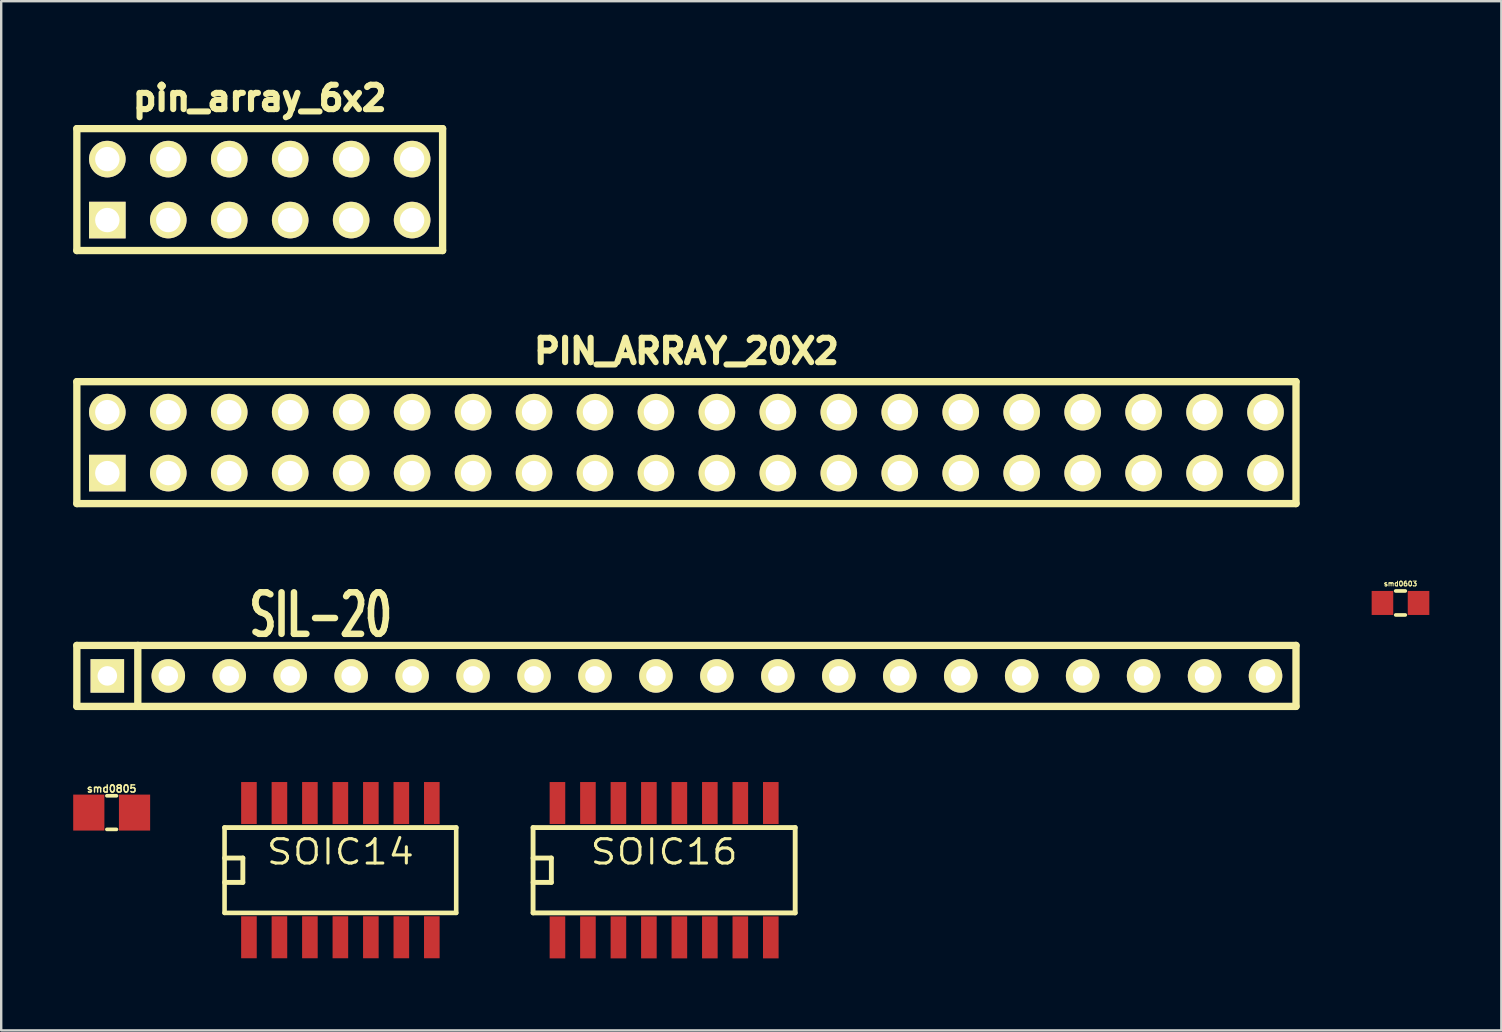
<source format=kicad_pcb>
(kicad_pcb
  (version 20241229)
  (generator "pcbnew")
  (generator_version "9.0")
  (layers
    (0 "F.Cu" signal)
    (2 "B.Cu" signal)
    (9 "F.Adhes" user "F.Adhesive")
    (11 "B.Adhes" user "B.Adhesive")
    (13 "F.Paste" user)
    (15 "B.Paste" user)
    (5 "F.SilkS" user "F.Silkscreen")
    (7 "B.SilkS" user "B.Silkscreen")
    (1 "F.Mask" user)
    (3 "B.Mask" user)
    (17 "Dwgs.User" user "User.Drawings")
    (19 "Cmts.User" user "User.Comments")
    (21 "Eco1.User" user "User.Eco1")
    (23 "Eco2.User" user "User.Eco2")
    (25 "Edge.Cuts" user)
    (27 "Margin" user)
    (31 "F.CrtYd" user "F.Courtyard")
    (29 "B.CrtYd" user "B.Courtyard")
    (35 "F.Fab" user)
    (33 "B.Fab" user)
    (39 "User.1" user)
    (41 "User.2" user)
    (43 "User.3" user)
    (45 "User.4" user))
  (footprint "PIN_ARRAY_20X2"
    (layer "F.Cu")
    (at 25.552 15.393)
    (property "Reference" "PIN_ARRAY_20X2" (at 0 -3.81 0) (layer "F.SilkS") (effects (font (size 1.016 1.016) (thickness 0.274))))
    (attr through_hole)
    (fp_line (start -25.4 -2.54) (end -25.4 2.54) (stroke (width 0.305) (type solid)) (layer "F.SilkS"))
    (fp_line (start 25.4 -2.54) (end -25.4 -2.54) (stroke (width 0.305) (type solid)) (layer "F.SilkS"))
    (fp_line (start 25.4 -2.54) (end 25.4 2.54) (stroke (width 0.305) (type solid)) (layer "F.SilkS"))
    (fp_line (start 25.4 2.54) (end -25.4 2.54) (stroke (width 0.305) (type solid)) (layer "F.SilkS"))
    (pad "1" thru_hole rect (at -24.13 1.27) (size 1.524 1.524) (drill 1.016) (layers "*.Cu" "*.Mask" "F.SilkS"))
    (pad "2" thru_hole circle (at -24.13 -1.27) (size 1.524 1.524) (drill 1.016) (layers "*.Cu" "*.Mask" "F.SilkS"))
    (pad "3" thru_hole circle (at -21.59 1.27) (size 1.524 1.524) (drill 1.016) (layers "*.Cu" "*.Mask" "F.SilkS"))
    (pad "4" thru_hole circle (at -21.59 -1.27) (size 1.524 1.524) (drill 1.016) (layers "*.Cu" "*.Mask" "F.SilkS"))
    (pad "5" thru_hole circle (at -19.05 1.27) (size 1.524 1.524) (drill 1.016) (layers "*.Cu" "*.Mask" "F.SilkS"))
    (pad "6" thru_hole circle (at -19.05 -1.27) (size 1.524 1.524) (drill 1.016) (layers "*.Cu" "*.Mask" "F.SilkS"))
    (pad "7" thru_hole circle (at -16.51 1.27) (size 1.524 1.524) (drill 1.016) (layers "*.Cu" "*.Mask" "F.SilkS"))
    (pad "8" thru_hole circle (at -16.51 -1.27) (size 1.524 1.524) (drill 1.016) (layers "*.Cu" "*.Mask" "F.SilkS"))
    (pad "9" thru_hole circle (at -13.97 1.27) (size 1.524 1.524) (drill 1.016) (layers "*.Cu" "*.Mask" "F.SilkS"))
    (pad "10" thru_hole circle (at -13.97 -1.27) (size 1.524 1.524) (drill 1.016) (layers "*.Cu" "*.Mask" "F.SilkS"))
    (pad "11" thru_hole circle (at -11.43 1.27) (size 1.524 1.524) (drill 1.016) (layers "*.Cu" "*.Mask" "F.SilkS"))
    (pad "12" thru_hole circle (at -11.43 -1.27) (size 1.524 1.524) (drill 1.016) (layers "*.Cu" "*.Mask" "F.SilkS"))
    (pad "13" thru_hole circle (at -8.89 1.27) (size 1.524 1.524) (drill 1.016) (layers "*.Cu" "*.Mask" "F.SilkS"))
    (pad "14" thru_hole circle (at -8.89 -1.27) (size 1.524 1.524) (drill 1.016) (layers "*.Cu" "*.Mask" "F.SilkS"))
    (pad "15" thru_hole circle (at -6.35 1.27) (size 1.524 1.524) (drill 1.016) (layers "*.Cu" "*.Mask" "F.SilkS"))
    (pad "16" thru_hole circle (at -6.35 -1.27) (size 1.524 1.524) (drill 1.016) (layers "*.Cu" "*.Mask" "F.SilkS"))
    (pad "17" thru_hole circle (at -3.81 1.27) (size 1.524 1.524) (drill 1.016) (layers "*.Cu" "*.Mask" "F.SilkS"))
    (pad "18" thru_hole circle (at -3.81 -1.27) (size 1.524 1.524) (drill 1.016) (layers "*.Cu" "*.Mask" "F.SilkS"))
    (pad "19" thru_hole circle (at -1.27 1.27) (size 1.524 1.524) (drill 1.016) (layers "*.Cu" "*.Mask" "F.SilkS"))
    (pad "20" thru_hole circle (at -1.27 -1.27) (size 1.524 1.524) (drill 1.016) (layers "*.Cu" "*.Mask" "F.SilkS"))
    (pad "21" thru_hole circle (at 1.27 1.27) (size 1.524 1.524) (drill 1.016) (layers "*.Cu" "*.Mask" "F.SilkS"))
    (pad "22" thru_hole circle (at 1.27 -1.27) (size 1.524 1.524) (drill 1.016) (layers "*.Cu" "*.Mask" "F.SilkS"))
    (pad "23" thru_hole circle (at 3.81 1.27) (size 1.524 1.524) (drill 1.016) (layers "*.Cu" "*.Mask" "F.SilkS"))
    (pad "24" thru_hole circle (at 3.81 -1.27) (size 1.524 1.524) (drill 1.016) (layers "*.Cu" "*.Mask" "F.SilkS"))
    (pad "25" thru_hole circle (at 6.35 1.27) (size 1.524 1.524) (drill 1.016) (layers "*.Cu" "*.Mask" "F.SilkS"))
    (pad "26" thru_hole circle (at 6.35 -1.27) (size 1.524 1.524) (drill 1.016) (layers "*.Cu" "*.Mask" "F.SilkS"))
    (pad "27" thru_hole circle (at 8.89 1.27) (size 1.524 1.524) (drill 1.016) (layers "*.Cu" "*.Mask" "F.SilkS"))
    (pad "28" thru_hole circle (at 8.89 -1.27) (size 1.524 1.524) (drill 1.016) (layers "*.Cu" "*.Mask" "F.SilkS"))
    (pad "29" thru_hole circle (at 11.43 1.27) (size 1.524 1.524) (drill 1.016) (layers "*.Cu" "*.Mask" "F.SilkS"))
    (pad "30" thru_hole circle (at 11.43 -1.27) (size 1.524 1.524) (drill 1.016) (layers "*.Cu" "*.Mask" "F.SilkS"))
    (pad "31" thru_hole circle (at 13.97 1.27) (size 1.524 1.524) (drill 1.016) (layers "*.Cu" "*.Mask" "F.SilkS"))
    (pad "32" thru_hole circle (at 13.97 -1.27) (size 1.524 1.524) (drill 1.016) (layers "*.Cu" "*.Mask" "F.SilkS"))
    (pad "33" thru_hole circle (at 16.51 1.27) (size 1.524 1.524) (drill 1.016) (layers "*.Cu" "*.Mask" "F.SilkS"))
    (pad "34" thru_hole circle (at 16.51 -1.27) (size 1.524 1.524) (drill 1.016) (layers "*.Cu" "*.Mask" "F.SilkS"))
    (pad "35" thru_hole circle (at 19.05 1.27) (size 1.524 1.524) (drill 1.016) (layers "*.Cu" "*.Mask" "F.SilkS"))
    (pad "36" thru_hole circle (at 19.05 -1.27) (size 1.524 1.524) (drill 1.016) (layers "*.Cu" "*.Mask" "F.SilkS"))
    (pad "37" thru_hole circle (at 21.59 1.27) (size 1.524 1.524) (drill 1.016) (layers "*.Cu" "*.Mask" "F.SilkS"))
    (pad "38" thru_hole circle (at 21.59 -1.27) (size 1.524 1.524) (drill 1.016) (layers "*.Cu" "*.Mask" "F.SilkS"))
    (pad "39" thru_hole circle (at 24.13 1.27) (size 1.524 1.524) (drill 1.016) (layers "*.Cu" "*.Mask" "F.SilkS"))
    (pad "40" thru_hole circle (at 24.13 -1.27) (size 1.524 1.524) (drill 1.016) (layers "*.Cu" "*.Mask" "F.SilkS")))
  (footprint "smd0603"
    (layer "F.Cu")
    (at 55.306 22.074)
    (property "Reference" "smd0603" (at 0 -0.8 0) (layer "F.SilkS") (effects (font (size 0.201 0.201) (thickness 0.041))))
    (attr through_hole)
    (fp_line (start -0.2 -0.5) (end 0.2 -0.5) (stroke (width 0.152) (type solid)) (layer "F.SilkS"))
    (fp_line (start -0.2 0.5) (end 0.2 0.5) (stroke (width 0.152) (type solid)) (layer "F.SilkS"))
    (pad "1" smd rect (at 0.752 0) (size 0.899 1.001) (layers "F.Cu" "F.Mask" "F.Paste"))
    (pad "2" smd rect (at -0.752 0) (size 0.899 1.001) (layers "F.Cu" "F.Mask" "F.Paste")))
  (footprint "SOIC16"
    (layer "F.Cu")
    (at 24.623 33.21)
    (property "Reference" "SOIC16" (at 0 -0.762 0) (layer "F.SilkS") (effects (font (size 1.016 1.143) (thickness 0.127))))
    (attr smd)
    (fp_line (start -5.461 -1.778) (end 5.461 -1.778) (stroke (width 0.203) (type solid)) (layer "F.SilkS"))
    (fp_line (start -5.461 -0.508) (end -4.699 -0.508) (stroke (width 0.203) (type solid)) (layer "F.SilkS"))
    (fp_line (start -5.461 1.778) (end -5.461 -1.778) (stroke (width 0.203) (type solid)) (layer "F.SilkS"))
    (fp_line (start -4.699 -0.508) (end -4.699 0.508) (stroke (width 0.203) (type solid)) (layer "F.SilkS"))
    (fp_line (start -4.699 0.508) (end -5.461 0.508) (stroke (width 0.203) (type solid)) (layer "F.SilkS"))
    (fp_line (start 5.461 -1.778) (end 5.461 1.778) (stroke (width 0.203) (type solid)) (layer "F.SilkS"))
    (fp_line (start 5.461 1.778) (end -5.461 1.778) (stroke (width 0.203) (type solid)) (layer "F.SilkS"))
    (pad "1" smd rect (at -4.445 2.799) (size 0.65 1.75) (layers "F.Cu" "F.Mask" "F.Paste"))
    (pad "2" smd rect (at -3.175 2.799) (size 0.65 1.75) (layers "F.Cu" "F.Mask" "F.Paste"))
    (pad "3" smd rect (at -1.905 2.799) (size 0.65 1.75) (layers "F.Cu" "F.Mask" "F.Paste"))
    (pad "4" smd rect (at -0.635 2.799) (size 0.65 1.75) (layers "F.Cu" "F.Mask" "F.Paste"))
    (pad "5" smd rect (at 0.635 2.799) (size 0.65 1.75) (layers "F.Cu" "F.Mask" "F.Paste"))
    (pad "6" smd rect (at 1.905 2.799) (size 0.65 1.75) (layers "F.Cu" "F.Mask" "F.Paste"))
    (pad "7" smd rect (at 3.175 2.799) (size 0.65 1.75) (layers "F.Cu" "F.Mask" "F.Paste"))
    (pad "8" smd rect (at 4.445 2.799) (size 0.65 1.75) (layers "F.Cu" "F.Mask" "F.Paste"))
    (pad "9" smd rect (at 4.445 -2.799) (size 0.65 1.75) (layers "F.Cu" "F.Mask" "F.Paste"))
    (pad "10" smd rect (at 3.175 -2.799) (size 0.65 1.75) (layers "F.Cu" "F.Mask" "F.Paste"))
    (pad "11" smd rect (at 1.905 -2.799) (size 0.65 1.75) (layers "F.Cu" "F.Mask" "F.Paste"))
    (pad "12" smd rect (at 0.635 -2.799) (size 0.65 1.75) (layers "F.Cu" "F.Mask" "F.Paste"))
    (pad "13" smd rect (at -0.635 -2.799) (size 0.65 1.75) (layers "F.Cu" "F.Mask" "F.Paste"))
    (pad "14" smd rect (at -1.905 -2.799) (size 0.65 1.75) (layers "F.Cu" "F.Mask" "F.Paste"))
    (pad "15" smd rect (at -3.175 -2.799) (size 0.65 1.75) (layers "F.Cu" "F.Mask" "F.Paste"))
    (pad "16" smd rect (at -4.445 -2.799) (size 0.65 1.75) (layers "F.Cu" "F.Mask" "F.Paste")))
  (footprint "smd0805"
    (layer "F.Cu")
    (at 1.603 30.809)
    (property "Reference" "smd0805" (at 0 -0.991 0) (layer "F.SilkS") (effects (font (size 0.3 0.3) (thickness 0.061))))
    (attr through_hole)
    (fp_line (start -0.2 -0.7) (end 0.2 -0.7) (stroke (width 0.152) (type solid)) (layer "F.SilkS"))
    (fp_line (start -0.2 0.7) (end 0.2 0.7) (stroke (width 0.152) (type solid)) (layer "F.SilkS"))
    (pad "1" smd rect (at 0.953 0) (size 1.3 1.499) (layers "F.Cu" "F.Mask" "F.Paste"))
    (pad "2" smd rect (at -0.953 0) (size 1.3 1.499) (layers "F.Cu" "F.Mask" "F.Paste")))
  (footprint "SIL-20"
    (layer "F.Cu")
    (at 25.552 25.114)
    (property "Reference" "SIL-20" (at -15.24 -2.54 0) (layer "F.SilkS") (effects (font (size 1.73 1.087) (thickness 0.272))))
    (attr through_hole)
    (fp_line (start -25.4 -1.27) (end 25.4 -1.27) (stroke (width 0.305) (type solid)) (layer "F.SilkS"))
    (fp_line (start -25.4 1.27) (end -25.4 -1.27) (stroke (width 0.305) (type solid)) (layer "F.SilkS"))
    (fp_line (start -22.86 -1.27) (end -22.86 1.27) (stroke (width 0.305) (type solid)) (layer "F.SilkS"))
    (fp_line (start 25.4 -1.27) (end 25.4 1.27) (stroke (width 0.305) (type solid)) (layer "F.SilkS"))
    (fp_line (start 25.4 1.27) (end -25.4 1.27) (stroke (width 0.305) (type solid)) (layer "F.SilkS"))
    (pad "1" thru_hole rect (at -24.13 0) (size 1.397 1.397) (drill 0.813) (layers "*.Cu" "*.Mask" "F.SilkS"))
    (pad "2" thru_hole circle (at -21.59 0) (size 1.397 1.397) (drill 0.813) (layers "*.Cu" "*.Mask" "F.SilkS"))
    (pad "3" thru_hole circle (at -19.05 0) (size 1.397 1.397) (drill 0.813) (layers "*.Cu" "*.Mask" "F.SilkS"))
    (pad "4" thru_hole circle (at -16.51 0) (size 1.397 1.397) (drill 0.813) (layers "*.Cu" "*.Mask" "F.SilkS"))
    (pad "5" thru_hole circle (at -13.97 0) (size 1.397 1.397) (drill 0.813) (layers "*.Cu" "*.Mask" "F.SilkS"))
    (pad "6" thru_hole circle (at -11.43 0) (size 1.397 1.397) (drill 0.813) (layers "*.Cu" "*.Mask" "F.SilkS"))
    (pad "7" thru_hole circle (at -8.89 0) (size 1.397 1.397) (drill 0.813) (layers "*.Cu" "*.Mask" "F.SilkS"))
    (pad "8" thru_hole circle (at -6.35 0) (size 1.397 1.397) (drill 0.813) (layers "*.Cu" "*.Mask" "F.SilkS"))
    (pad "9" thru_hole circle (at -3.81 0) (size 1.397 1.397) (drill 0.813) (layers "*.Cu" "*.Mask" "F.SilkS"))
    (pad "10" thru_hole circle (at -1.27 0) (size 1.397 1.397) (drill 0.813) (layers "*.Cu" "*.Mask" "F.SilkS"))
    (pad "11" thru_hole circle (at 1.27 0) (size 1.397 1.397) (drill 0.813) (layers "*.Cu" "*.Mask" "F.SilkS"))
    (pad "12" thru_hole circle (at 3.81 0) (size 1.397 1.397) (drill 0.813) (layers "*.Cu" "*.Mask" "F.SilkS"))
    (pad "13" thru_hole circle (at 6.35 0) (size 1.397 1.397) (drill 0.813) (layers "*.Cu" "*.Mask" "F.SilkS"))
    (pad "14" thru_hole circle (at 8.89 0) (size 1.397 1.397) (drill 0.813) (layers "*.Cu" "*.Mask" "F.SilkS"))
    (pad "15" thru_hole circle (at 11.43 0) (size 1.397 1.397) (drill 0.813) (layers "*.Cu" "*.Mask" "F.SilkS"))
    (pad "16" thru_hole circle (at 13.97 0) (size 1.397 1.397) (drill 0.813) (layers "*.Cu" "*.Mask" "F.SilkS"))
    (pad "17" thru_hole circle (at 16.51 0) (size 1.397 1.397) (drill 0.813) (layers "*.Cu" "*.Mask" "F.SilkS"))
    (pad "18" thru_hole circle (at 19.05 0) (size 1.397 1.397) (drill 0.813) (layers "*.Cu" "*.Mask" "F.SilkS"))
    (pad "19" thru_hole circle (at 21.59 0) (size 1.397 1.397) (drill 0.813) (layers "*.Cu" "*.Mask" "F.SilkS"))
    (pad "20" thru_hole circle (at 24.13 0) (size 1.397 1.397) (drill 0.813) (layers "*.Cu" "*.Mask" "F.SilkS")))
  (footprint "pin_array_6x2"
    (layer "F.Cu")
    (at 7.772 4.85)
    (property "Reference" "pin_array_6x2" (at 0 -3.81 0) (layer "F.SilkS") (effects (font (size 1.016 1.016) (thickness 0.274))))
    (attr through_hole)
    (fp_line (start -7.62 -2.54) (end 7.62 -2.54) (stroke (width 0.305) (type solid)) (layer "F.SilkS"))
    (fp_line (start -7.62 2.54) (end -7.62 -2.54) (stroke (width 0.305) (type solid)) (layer "F.SilkS"))
    (fp_line (start 7.62 -2.54) (end 7.62 2.54) (stroke (width 0.305) (type solid)) (layer "F.SilkS"))
    (fp_line (start 7.62 2.54) (end -7.62 2.54) (stroke (width 0.305) (type solid)) (layer "F.SilkS"))
    (pad "1" thru_hole rect (at -6.35 1.27) (size 1.524 1.524) (drill 1.016) (layers "*.Cu" "*.Mask" "F.SilkS"))
    (pad "2" thru_hole circle (at -6.35 -1.27) (size 1.524 1.524) (drill 1.016) (layers "*.Cu" "*.Mask" "F.SilkS"))
    (pad "3" thru_hole circle (at -3.81 1.27) (size 1.524 1.524) (drill 1.016) (layers "*.Cu" "*.Mask" "F.SilkS"))
    (pad "4" thru_hole circle (at -3.81 -1.27) (size 1.524 1.524) (drill 1.016) (layers "*.Cu" "*.Mask" "F.SilkS"))
    (pad "5" thru_hole circle (at -1.27 1.27) (size 1.524 1.524) (drill 1.016) (layers "*.Cu" "*.Mask" "F.SilkS"))
    (pad "6" thru_hole circle (at -1.27 -1.27) (size 1.524 1.524) (drill 1.016) (layers "*.Cu" "*.Mask" "F.SilkS"))
    (pad "7" thru_hole circle (at 1.27 1.27) (size 1.524 1.524) (drill 1.016) (layers "*.Cu" "*.Mask" "F.SilkS"))
    (pad "8" thru_hole circle (at 1.27 -1.27) (size 1.524 1.524) (drill 1.016) (layers "*.Cu" "*.Mask" "F.SilkS"))
    (pad "9" thru_hole circle (at 3.81 1.27) (size 1.524 1.524) (drill 1.016) (layers "*.Cu" "*.Mask" "F.SilkS"))
    (pad "10" thru_hole circle (at 3.81 -1.27) (size 1.524 1.524) (drill 1.016) (layers "*.Cu" "*.Mask" "F.SilkS"))
    (pad "11" thru_hole circle (at 6.35 1.27) (size 1.524 1.524) (drill 1.016) (layers "*.Cu" "*.Mask" "F.SilkS"))
    (pad "12" thru_hole circle (at 6.35 -1.27) (size 1.524 1.524) (drill 1.016) (layers "*.Cu" "*.Mask" "F.SilkS")))
  (footprint "SOIC14"
    (layer "F.Cu")
    (at 11.133 33.21)
    (property "Reference" "SOIC14" (at 0 -0.762 0) (layer "F.SilkS") (effects (font (size 1.016 1.143) (thickness 0.127))))
    (attr smd)
    (fp_line (start -4.826 -1.778) (end -4.826 1.778) (stroke (width 0.191) (type solid)) (layer "F.SilkS"))
    (fp_line (start -4.826 -1.778) (end 4.826 -1.778) (stroke (width 0.203) (type solid)) (layer "F.SilkS"))
    (fp_line (start -4.826 -0.508) (end -4.064 -0.508) (stroke (width 0.203) (type solid)) (layer "F.SilkS"))
    (fp_line (start -4.826 1.778) (end 4.826 1.778) (stroke (width 0.191) (type solid)) (layer "F.SilkS"))
    (fp_line (start -4.064 -0.508) (end -4.064 0.508) (stroke (width 0.203) (type solid)) (layer "F.SilkS"))
    (fp_line (start -4.064 0.508) (end -4.826 0.508) (stroke (width 0.203) (type solid)) (layer "F.SilkS"))
    (fp_line (start 4.826 -1.778) (end 4.826 1.778) (stroke (width 0.191) (type solid)) (layer "F.SilkS"))
    (pad "1" smd rect (at -3.81 2.794) (size 0.65 1.75) (layers "F.Cu" "F.Mask" "F.Paste"))
    (pad "2" smd rect (at -2.54 2.794) (size 0.65 1.75) (layers "F.Cu" "F.Mask" "F.Paste"))
    (pad "3" smd rect (at -1.27 2.794) (size 0.65 1.75) (layers "F.Cu" "F.Mask" "F.Paste"))
    (pad "4" smd rect (at 0 2.794) (size 0.65 1.75) (layers "F.Cu" "F.Mask" "F.Paste"))
    (pad "5" smd rect (at 1.27 2.794) (size 0.65 1.75) (layers "F.Cu" "F.Mask" "F.Paste"))
    (pad "6" smd rect (at 2.54 2.794) (size 0.65 1.75) (layers "F.Cu" "F.Mask" "F.Paste"))
    (pad "7" smd rect (at 3.81 2.794) (size 0.65 1.75) (layers "F.Cu" "F.Mask" "F.Paste"))
    (pad "8" smd rect (at 3.81 -2.799) (size 0.65 1.75) (layers "F.Cu" "F.Mask" "F.Paste"))
    (pad "9" smd rect (at 2.54 -2.799) (size 0.65 1.75) (layers "F.Cu" "F.Mask" "F.Paste"))
    (pad "10" smd rect (at 1.27 -2.799) (size 0.65 1.75) (layers "F.Cu" "F.Mask" "F.Paste"))
    (pad "11" smd rect (at 0 -2.799) (size 0.65 1.75) (layers "F.Cu" "F.Mask" "F.Paste"))
    (pad "12" smd rect (at -1.27 -2.799) (size 0.65 1.75) (layers "F.Cu" "F.Mask" "F.Paste"))
    (pad "13" smd rect (at -2.54 -2.799) (size 0.65 1.75) (layers "F.Cu" "F.Mask" "F.Paste"))
    (pad "14" smd rect (at -3.81 -2.799) (size 0.65 1.75) (layers "F.Cu" "F.Mask" "F.Paste")))
  (gr_rect
    (start -3 -3)
    (end 59.508 39.885)
    (stroke (width 0.1) (type default))
    (fill no)
    (layer "Edge.Cuts")))
</source>
